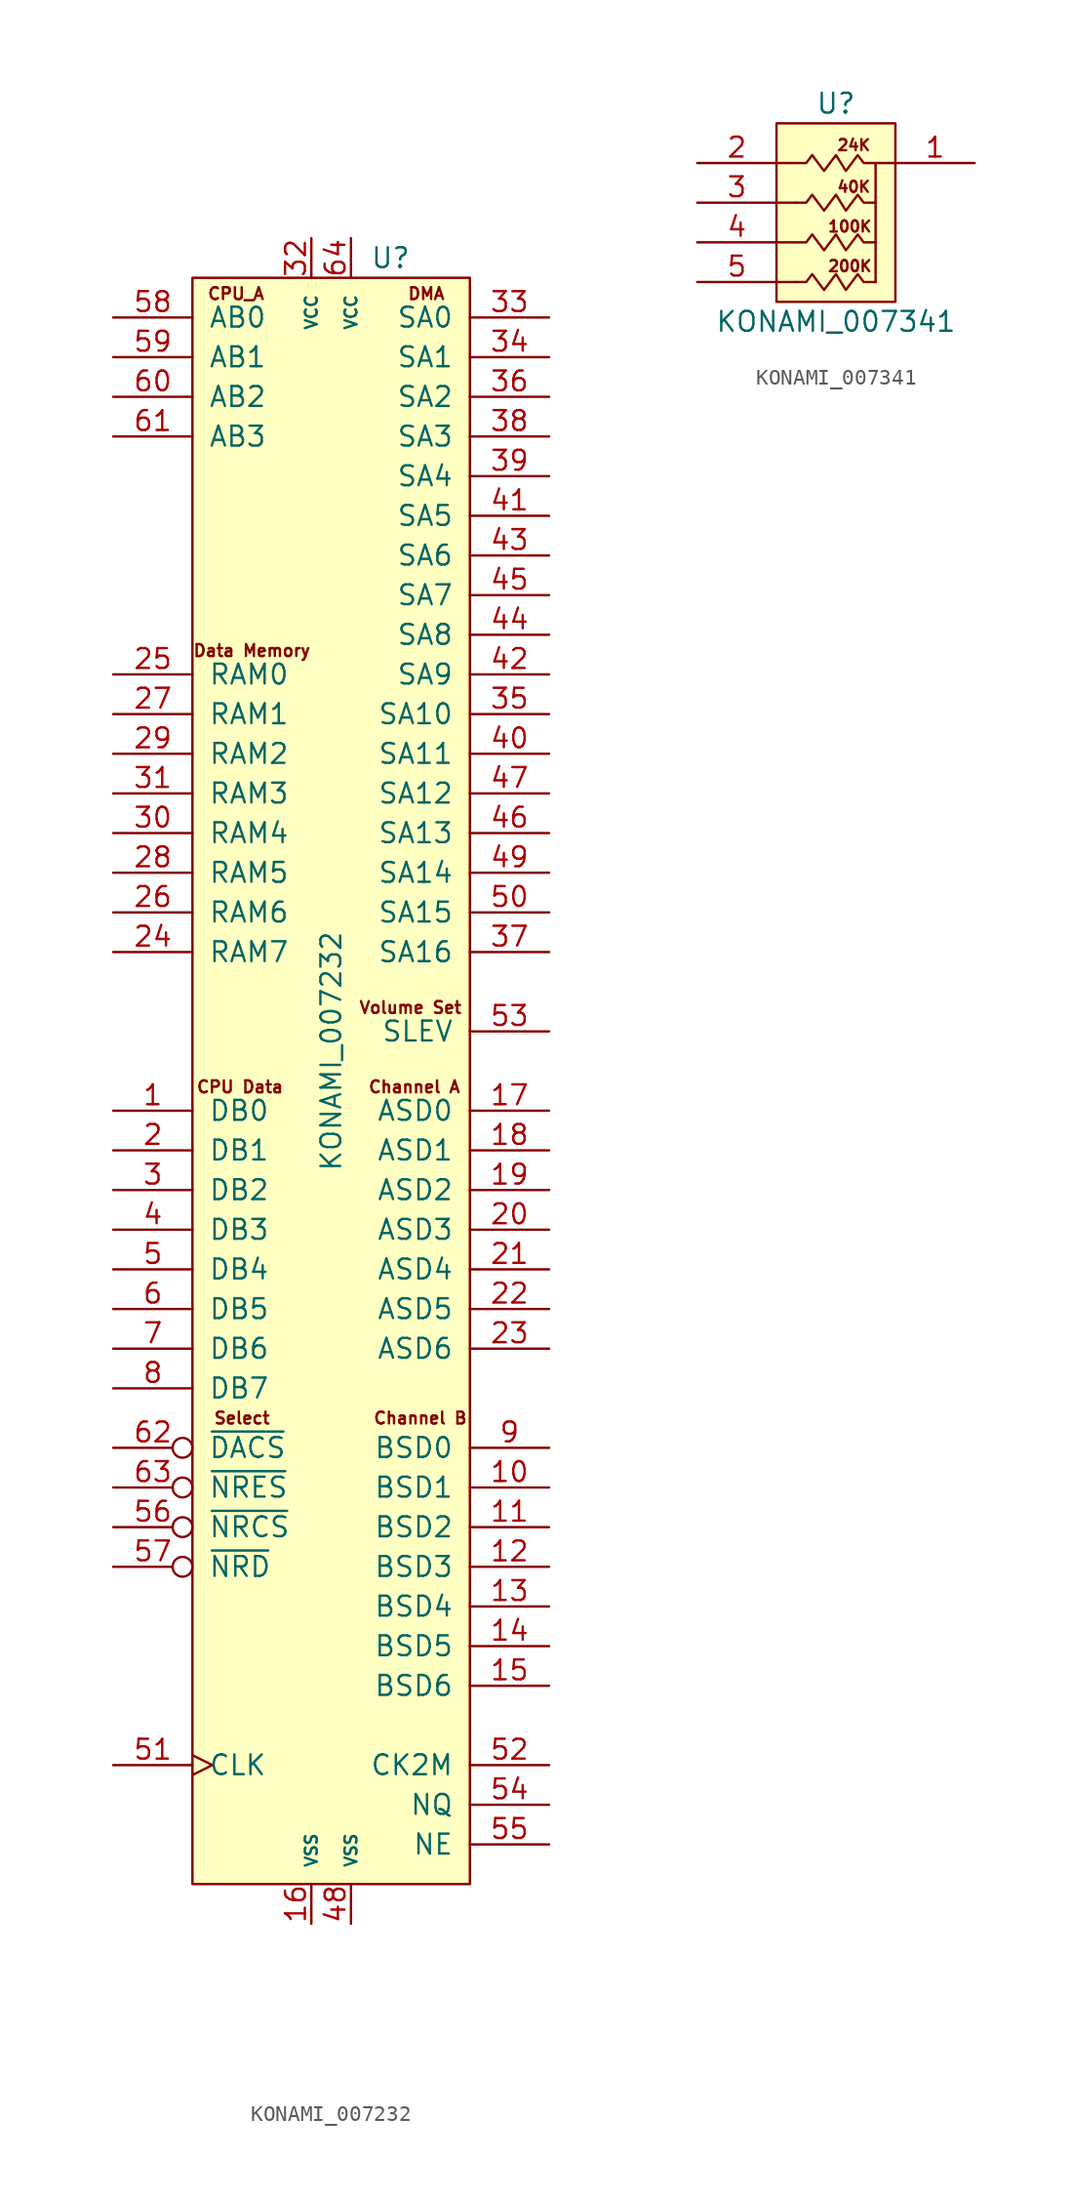
<source format=kicad_sym>
(kicad_symbol_lib
  (version 20231120)
  (generator "kicad_symbol_editor")
  (generator_version "8.0")
  (symbol "KONAMI_007232"
    (pin_names
      (offset 1.016))
    (property "Reference" "U"
      (at 3.81 53.34 0)
      (effects (font (size 1.27 1.27))))
    (property "Value" "KONAMI_007232"
      (at 0 2.54 90)
      (effects (font (size 1.27 1.27))))
    (symbol "KONAMI_007232_0_0"
      (rectangle (start -8.89 52.07) (end 8.89 -50.8) (stroke (width 0) (type default)) (fill (type background)))
      (text "Channel A" (at 5.334 0.254 0) (effects (font (size 0.762 0.762))))
      (text "Channel B" (at 5.715 -20.955 0) (effects (font (size 0.762 0.762))))
      (text "CPU Data" (at -5.842 0.254 0) (effects (font (size 0.762 0.762))))
      (text "CPU_A" (at -6.096 51.054 0) (effects (font (size 0.762 0.762))))
      (text "Data Memory" (at -5.08 28.194 0) (effects (font (size 0.762 0.762))))
      (text "DMA" (at 6.096 51.054 0) (effects (font (size 0.762 0.762))))
      (text "Select" (at -5.715 -20.955 0) (effects (font (size 0.762 0.762))))
      (text "Volume Set" (at 5.08 5.334 0) (effects (font (size 0.762 0.762))))
      (pin bidirectional line (at -13.97 -1.27 0) (length 5.08) (name "DB0" (effects (font (size 1.27 1.27)))) (number "1" (effects (font (size 1.27 1.27)))))
      (pin output line (at 13.97 -25.4 180) (length 5.08) (name "BSD1" (effects (font (size 1.27 1.27)))) (number "10" (effects (font (size 1.27 1.27)))))
      (pin output line (at 13.97 -27.94 180) (length 5.08) (name "BSD2" (effects (font (size 1.27 1.27)))) (number "11" (effects (font (size 1.27 1.27)))))
      (pin output line (at 13.97 -30.48 180) (length 5.08) (name "BSD3" (effects (font (size 1.27 1.27)))) (number "12" (effects (font (size 1.27 1.27)))))
      (pin output line (at 13.97 -33.02 180) (length 5.08) (name "BSD4" (effects (font (size 1.27 1.27)))) (number "13" (effects (font (size 1.27 1.27)))))
      (pin output line (at 13.97 -35.56 180) (length 5.08) (name "BSD5" (effects (font (size 1.27 1.27)))) (number "14" (effects (font (size 1.27 1.27)))))
      (pin output line (at 13.97 -38.1 180) (length 5.08) (name "BSD6" (effects (font (size 1.27 1.27)))) (number "15" (effects (font (size 1.27 1.27)))))
      (pin power_in line (at -1.27 -53.34 90) (length 2.54) (name "VSS" (effects (font (size 0.762 0.762)))) (number "16" (effects (font (size 1.27 1.27)))))
      (pin output line (at 13.97 -1.27 180) (length 5.08) (name "ASD0" (effects (font (size 1.27 1.27)))) (number "17" (effects (font (size 1.27 1.27)))))
      (pin output line (at 13.97 -3.81 180) (length 5.08) (name "ASD1" (effects (font (size 1.27 1.27)))) (number "18" (effects (font (size 1.27 1.27)))))
      (pin output line (at 13.97 -6.35 180) (length 5.08) (name "ASD2" (effects (font (size 1.27 1.27)))) (number "19" (effects (font (size 1.27 1.27)))))
      (pin bidirectional line (at -13.97 -3.81 0) (length 5.08) (name "DB1" (effects (font (size 1.27 1.27)))) (number "2" (effects (font (size 1.27 1.27)))))
      (pin output line (at 13.97 -8.89 180) (length 5.08) (name "ASD3" (effects (font (size 1.27 1.27)))) (number "20" (effects (font (size 1.27 1.27)))))
      (pin output line (at 13.97 -11.43 180) (length 5.08) (name "ASD4" (effects (font (size 1.27 1.27)))) (number "21" (effects (font (size 1.27 1.27)))))
      (pin output line (at 13.97 -13.97 180) (length 5.08) (name "ASD5" (effects (font (size 1.27 1.27)))) (number "22" (effects (font (size 1.27 1.27)))))
      (pin output line (at 13.97 -16.51 180) (length 5.08) (name "ASD6" (effects (font (size 1.27 1.27)))) (number "23" (effects (font (size 1.27 1.27)))))
      (pin bidirectional line (at -13.97 8.89 0) (length 5.08) (name "RAM7" (effects (font (size 1.27 1.27)))) (number "24" (effects (font (size 1.27 1.27)))))
      (pin bidirectional line (at -13.97 26.67 0) (length 5.08) (name "RAM0" (effects (font (size 1.27 1.27)))) (number "25" (effects (font (size 1.27 1.27)))))
      (pin bidirectional line (at -13.97 11.43 0) (length 5.08) (name "RAM6" (effects (font (size 1.27 1.27)))) (number "26" (effects (font (size 1.27 1.27)))))
      (pin bidirectional line (at -13.97 24.13 0) (length 5.08) (name "RAM1" (effects (font (size 1.27 1.27)))) (number "27" (effects (font (size 1.27 1.27)))))
      (pin bidirectional line (at -13.97 13.97 0) (length 5.08) (name "RAM5" (effects (font (size 1.27 1.27)))) (number "28" (effects (font (size 1.27 1.27)))))
      (pin bidirectional line (at -13.97 21.59 0) (length 5.08) (name "RAM2" (effects (font (size 1.27 1.27)))) (number "29" (effects (font (size 1.27 1.27)))))
      (pin bidirectional line (at -13.97 -6.35 0) (length 5.08) (name "DB2" (effects (font (size 1.27 1.27)))) (number "3" (effects (font (size 1.27 1.27)))))
      (pin bidirectional line (at -13.97 16.51 0) (length 5.08) (name "RAM4" (effects (font (size 1.27 1.27)))) (number "30" (effects (font (size 1.27 1.27)))))
      (pin bidirectional line (at -13.97 19.05 0) (length 5.08) (name "RAM3" (effects (font (size 1.27 1.27)))) (number "31" (effects (font (size 1.27 1.27)))))
      (pin power_in line (at -1.27 54.61 270) (length 2.54) (name "VCC" (effects (font (size 0.762 0.762)))) (number "32" (effects (font (size 1.27 1.27)))))
      (pin output line (at 13.97 49.53 180) (length 5.08) (name "SA0" (effects (font (size 1.27 1.27)))) (number "33" (effects (font (size 1.27 1.27)))))
      (pin output line (at 13.97 46.99 180) (length 5.08) (name "SA1" (effects (font (size 1.27 1.27)))) (number "34" (effects (font (size 1.27 1.27)))))
      (pin output line (at 13.97 24.13 180) (length 5.08) (name "SA10" (effects (font (size 1.27 1.27)))) (number "35" (effects (font (size 1.27 1.27)))))
      (pin output line (at 13.97 44.45 180) (length 5.08) (name "SA2" (effects (font (size 1.27 1.27)))) (number "36" (effects (font (size 1.27 1.27)))))
      (pin output line (at 13.97 8.89 180) (length 5.08) (name "SA16" (effects (font (size 1.27 1.27)))) (number "37" (effects (font (size 1.27 1.27)))))
      (pin output line (at 13.97 41.91 180) (length 5.08) (name "SA3" (effects (font (size 1.27 1.27)))) (number "38" (effects (font (size 1.27 1.27)))))
      (pin output line (at 13.97 39.37 180) (length 5.08) (name "SA4" (effects (font (size 1.27 1.27)))) (number "39" (effects (font (size 1.27 1.27)))))
      (pin bidirectional line (at -13.97 -8.89 0) (length 5.08) (name "DB3" (effects (font (size 1.27 1.27)))) (number "4" (effects (font (size 1.27 1.27)))))
      (pin output line (at 13.97 21.59 180) (length 5.08) (name "SA11" (effects (font (size 1.27 1.27)))) (number "40" (effects (font (size 1.27 1.27)))))
      (pin output line (at 13.97 36.83 180) (length 5.08) (name "SA5" (effects (font (size 1.27 1.27)))) (number "41" (effects (font (size 1.27 1.27)))))
      (pin output line (at 13.97 26.67 180) (length 5.08) (name "SA9" (effects (font (size 1.27 1.27)))) (number "42" (effects (font (size 1.27 1.27)))))
      (pin output line (at 13.97 34.29 180) (length 5.08) (name "SA6" (effects (font (size 1.27 1.27)))) (number "43" (effects (font (size 1.27 1.27)))))
      (pin output line (at 13.97 29.21 180) (length 5.08) (name "SA8" (effects (font (size 1.27 1.27)))) (number "44" (effects (font (size 1.27 1.27)))))
      (pin output line (at 13.97 31.75 180) (length 5.08) (name "SA7" (effects (font (size 1.27 1.27)))) (number "45" (effects (font (size 1.27 1.27)))))
      (pin output line (at 13.97 16.51 180) (length 5.08) (name "SA13" (effects (font (size 1.27 1.27)))) (number "46" (effects (font (size 1.27 1.27)))))
      (pin output line (at 13.97 19.05 180) (length 5.08) (name "SA12" (effects (font (size 1.27 1.27)))) (number "47" (effects (font (size 1.27 1.27)))))
      (pin power_in line (at 1.27 -53.34 90) (length 2.54) (name "VSS" (effects (font (size 0.762 0.762)))) (number "48" (effects (font (size 1.27 1.27)))))
      (pin output line (at 13.97 13.97 180) (length 5.08) (name "SA14" (effects (font (size 1.27 1.27)))) (number "49" (effects (font (size 1.27 1.27)))))
      (pin bidirectional line (at -13.97 -11.43 0) (length 5.08) (name "DB4" (effects (font (size 1.27 1.27)))) (number "5" (effects (font (size 1.27 1.27)))))
      (pin output line (at 13.97 11.43 180) (length 5.08) (name "SA15" (effects (font (size 1.27 1.27)))) (number "50" (effects (font (size 1.27 1.27)))))
      (pin input clock (at -13.97 -43.18 0) (length 5.08) (name "CLK" (effects (font (size 1.27 1.27)))) (number "51" (effects (font (size 1.27 1.27)))))
      (pin output line (at 13.97 -43.18 180) (length 5.08) (name "CK2M" (effects (font (size 1.27 1.27)))) (number "52" (effects (font (size 1.27 1.27)))))
      (pin output line (at 13.97 3.81 180) (length 5.08) (name "SLEV" (effects (font (size 1.27 1.27)))) (number "53" (effects (font (size 1.27 1.27)))))
      (pin output line (at 13.97 -45.72 180) (length 5.08) (name "NQ" (effects (font (size 1.27 1.27)))) (number "54" (effects (font (size 1.27 1.27)))))
      (pin output line (at 13.97 -48.26 180) (length 5.08) (name "NE" (effects (font (size 1.27 1.27)))) (number "55" (effects (font (size 1.27 1.27)))))
      (pin input inverted (at -13.97 -27.94 0) (length 5.08) (name "~{NRCS}" (effects (font (size 1.27 1.27)))) (number "56" (effects (font (size 1.27 1.27)))))
      (pin input inverted (at -13.97 -30.48 0) (length 5.08) (name "~{NRD}" (effects (font (size 1.27 1.27)))) (number "57" (effects (font (size 1.27 1.27)))))
      (pin input line (at -13.97 49.53 0) (length 5.08) (name "AB0" (effects (font (size 1.27 1.27)))) (number "58" (effects (font (size 1.27 1.27)))))
      (pin input line (at -13.97 46.99 0) (length 5.08) (name "AB1" (effects (font (size 1.27 1.27)))) (number "59" (effects (font (size 1.27 1.27)))))
      (pin bidirectional line (at -13.97 -13.97 0) (length 5.08) (name "DB5" (effects (font (size 1.27 1.27)))) (number "6" (effects (font (size 1.27 1.27)))))
      (pin input line (at -13.97 44.45 0) (length 5.08) (name "AB2" (effects (font (size 1.27 1.27)))) (number "60" (effects (font (size 1.27 1.27)))))
      (pin input line (at -13.97 41.91 0) (length 5.08) (name "AB3" (effects (font (size 1.27 1.27)))) (number "61" (effects (font (size 1.27 1.27)))))
      (pin input inverted (at -13.97 -22.86 0) (length 5.08) (name "~{DACS}" (effects (font (size 1.27 1.27)))) (number "62" (effects (font (size 1.27 1.27)))))
      (pin input inverted (at -13.97 -25.4 0) (length 5.08) (name "~{NRES}" (effects (font (size 1.27 1.27)))) (number "63" (effects (font (size 1.27 1.27)))))
      (pin power_in line (at 1.27 54.61 270) (length 2.54) (name "VCC" (effects (font (size 0.762 0.762)))) (number "64" (effects (font (size 1.27 1.27)))))
      (pin bidirectional line (at -13.97 -16.51 0) (length 5.08) (name "DB6" (effects (font (size 1.27 1.27)))) (number "7" (effects (font (size 1.27 1.27)))))
      (pin bidirectional line (at -13.97 -19.05 0) (length 5.08) (name "DB7" (effects (font (size 1.27 1.27)))) (number "8" (effects (font (size 1.27 1.27)))))
      (pin output line (at 13.97 -22.86 180) (length 5.08) (name "BSD0" (effects (font (size 1.27 1.27)))) (number "9" (effects (font (size 1.27 1.27)))))))
  (symbol "KONAMI_007341"
    (pin_names
      (offset 1.016))
    (property "Reference" "U"
      (at 0 7.62 0)
      (effects (font (size 1.27 1.27))))
    (property "Value" "KONAMI_007341"
      (at 0 -6.35 0)
      (effects (font (size 1.27 1.27))))
    (symbol "KONAMI_007341_0_0"
      (rectangle (start -3.81 6.35) (end 3.81 -5.08) (stroke (width 0) (type default)) (fill (type background)))
      (polyline (pts (xy 2.54 -3.81) (xy 2.54 3.81) (xy 3.81 3.81)) (stroke (width 0) (type default)) (fill (type none)))
      (polyline (pts (xy -2.54 3.81) (xy -1.905 3.81) (xy -1.524 4.318) (xy -1.143 3.81) (xy -0.762 3.302) (xy -0.381 3.81) (xy 0 4.318) (xy 0.635 3.302) (xy 1.397 4.318) (xy 1.778 3.81) (xy 2.54 3.81)) (stroke (width 0) (type default)) (fill (type none)))
      (text "100K" (at 0.889 -0.254 0) (effects (font (size 0.711 0.711))))
      (text "200K" (at 0.889 -2.794 0) (effects (font (size 0.711 0.711))))
      (text "24K" (at 1.143 4.953 0) (effects (font (size 0.711 0.711))))
      (text "40K" (at 1.143 2.286 0) (effects (font (size 0.711 0.711))))
      (pin passive line (at 8.89 3.81 180) (length 5.08) (name "" (effects (font (size 1.27 1.27)))) (number "1" (effects (font (size 1.27 1.27)))))
      (pin passive line (at -8.89 3.81 0) (length 5.08) (name "" (effects (font (size 1.27 1.27)))) (number "2" (effects (font (size 1.27 1.27)))))
      (pin passive line (at -8.89 1.27 0) (length 5.08) (name "" (effects (font (size 1.27 1.27)))) (number "3" (effects (font (size 1.27 1.27)))))
      (pin passive line (at -8.89 -1.27 0) (length 5.08) (name "" (effects (font (size 1.27 1.27)))) (number "4" (effects (font (size 1.27 1.27)))))
      (pin passive line (at -8.89 -3.81 0) (length 5.08) (name "" (effects (font (size 1.27 1.27)))) (number "5" (effects (font (size 1.27 1.27))))))
    (symbol "KONAMI_007341_0_1"
      (polyline (pts (xy -3.81 -3.81) (xy -2.54 -3.81)) (stroke (width 0.152) (type default)) (fill (type none)))
      (polyline (pts (xy -3.81 1.27) (xy -2.54 1.27)) (stroke (width 0.152) (type default)) (fill (type none)))
      (polyline (pts (xy -3.81 3.81) (xy -2.54 3.81)) (stroke (width 0.152) (type default)) (fill (type none)))
      (polyline (pts (xy -2.54 -1.27) (xy -3.81 -1.27)) (stroke (width 0.152) (type default)) (fill (type none))))
    (symbol "KONAMI_007341_1_1"
      (polyline (pts (xy -2.54 -3.81) (xy -1.905 -3.81) (xy -1.524 -3.302) (xy -1.143 -3.81) (xy -0.762 -4.318) (xy -0.381 -3.81) (xy 0 -3.302) (xy 0.635 -4.318) (xy 1.397 -3.302) (xy 1.778 -3.81) (xy 2.54 -3.81)) (stroke (width 0) (type default)) (fill (type none)))
      (polyline (pts (xy -2.54 -1.27) (xy -1.905 -1.27) (xy -1.524 -0.762) (xy -1.143 -1.27) (xy -0.762 -1.778) (xy -0.381 -1.27) (xy 0 -0.762) (xy 0.635 -1.778) (xy 1.397 -0.762) (xy 1.778 -1.27) (xy 2.54 -1.27)) (stroke (width 0) (type default)) (fill (type none)))
      (polyline (pts (xy -2.54 1.27) (xy -1.905 1.27) (xy -1.524 1.778) (xy -1.143 1.27) (xy -0.762 0.762) (xy -0.381 1.27) (xy 0 1.778) (xy 0.635 0.762) (xy 1.397 1.778) (xy 1.778 1.27) (xy 2.54 1.27)) (stroke (width 0) (type default)) (fill (type none))))))
</source>
